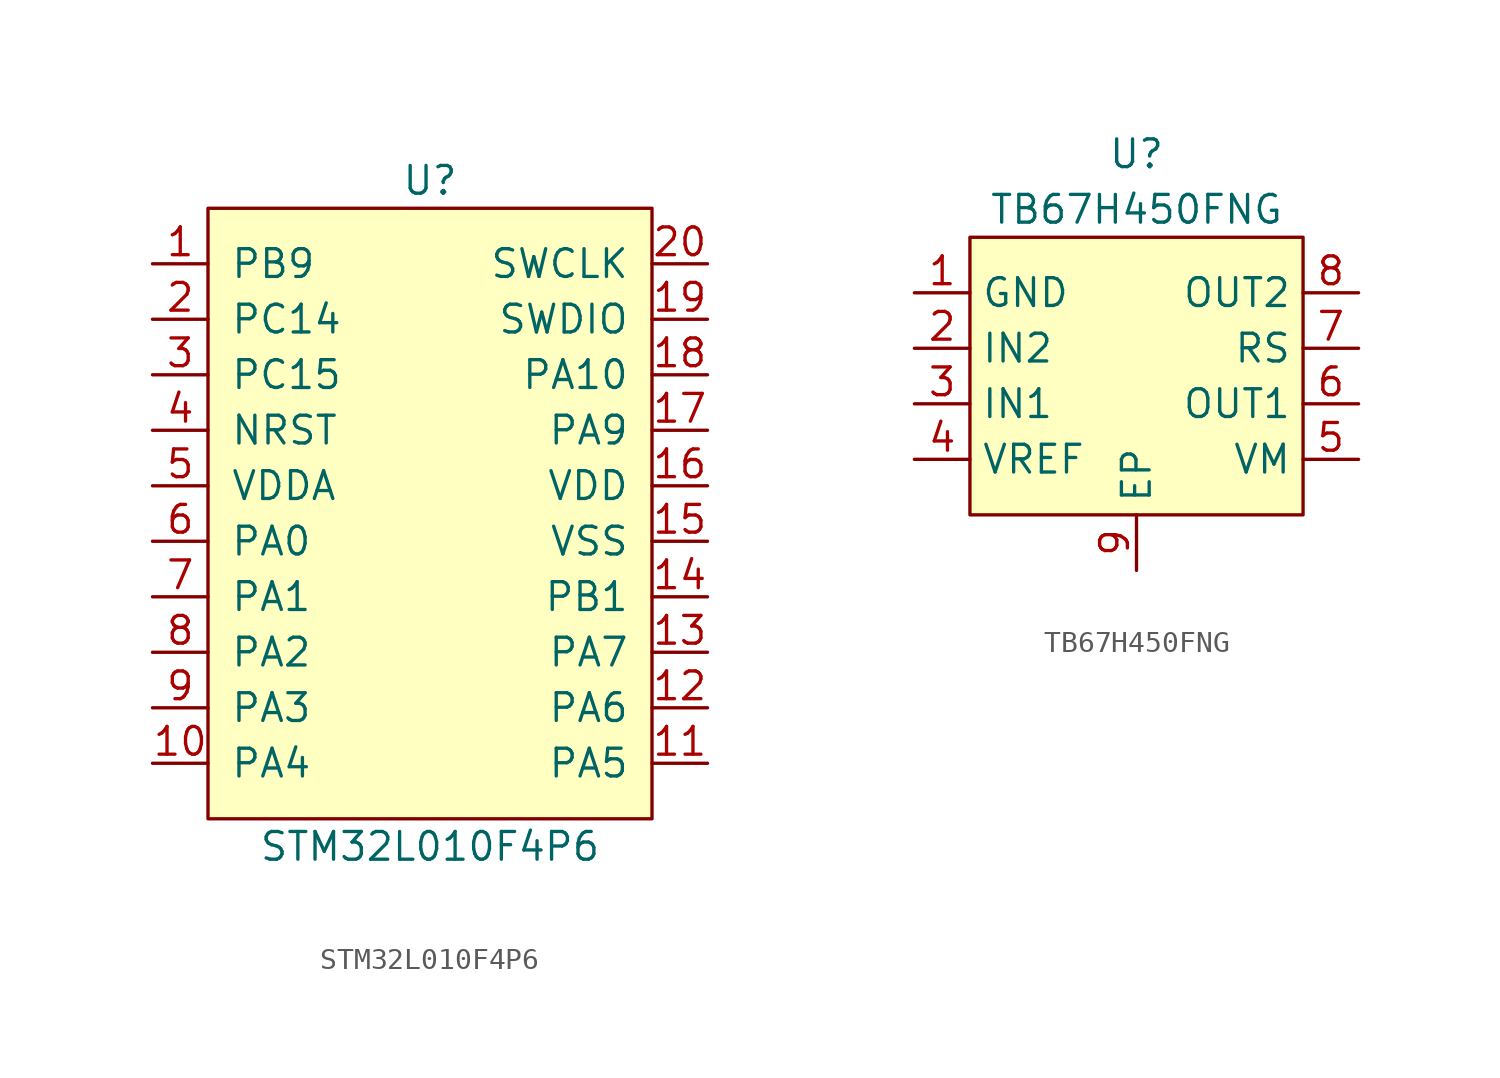
<source format=kicad_sym>
(kicad_symbol_lib
  (version 20211014)
  (generator kicad_symbol_editor)
  (symbol "STM32L010F4P6"
    (pin_names
      (offset 1.016))
    (property "Reference" "U"
      (at 0 16.51 0)
      (effects (font (size 1.27 1.27))))
    (property "Value" "STM32L010F4P6"
      (at 0 -13.97 0)
      (effects (font (size 1.27 1.27))))
    (symbol "STM32L010F4P6_0_1"
      (rectangle (start -10.16 15.24) (end 10.16 -12.7) (stroke (width 0) (type default) (color 0 0 0 0)) (fill (type background))))
    (symbol "STM32L010F4P6_1_1"
      (pin bidirectional line (at -12.7 12.7 0) (length 2.54) (name "PB9" (effects (font (size 1.27 1.27)))) (number "1" (effects (font (size 1.27 1.27)))))
      (pin bidirectional line (at -12.7 -10.16 0) (length 2.54) (name "PA4" (effects (font (size 1.27 1.27)))) (number "10" (effects (font (size 1.27 1.27)))))
      (pin bidirectional line (at 12.7 -10.16 180) (length 2.54) (name "PA5" (effects (font (size 1.27 1.27)))) (number "11" (effects (font (size 1.27 1.27)))))
      (pin bidirectional line (at 12.7 -7.62 180) (length 2.54) (name "PA6" (effects (font (size 1.27 1.27)))) (number "12" (effects (font (size 1.27 1.27)))))
      (pin bidirectional line (at 12.7 -5.08 180) (length 2.54) (name "PA7" (effects (font (size 1.27 1.27)))) (number "13" (effects (font (size 1.27 1.27)))))
      (pin bidirectional line (at 12.7 -2.54 180) (length 2.54) (name "PB1" (effects (font (size 1.27 1.27)))) (number "14" (effects (font (size 1.27 1.27)))))
      (pin power_in line (at 12.7 0 180) (length 2.54) (name "VSS" (effects (font (size 1.27 1.27)))) (number "15" (effects (font (size 1.27 1.27)))))
      (pin power_in line (at 12.7 2.54 180) (length 2.54) (name "VDD" (effects (font (size 1.27 1.27)))) (number "16" (effects (font (size 1.27 1.27)))))
      (pin bidirectional line (at 12.7 5.08 180) (length 2.54) (name "PA9" (effects (font (size 1.27 1.27)))) (number "17" (effects (font (size 1.27 1.27)))))
      (pin bidirectional line (at 12.7 7.62 180) (length 2.54) (name "PA10" (effects (font (size 1.27 1.27)))) (number "18" (effects (font (size 1.27 1.27)))))
      (pin bidirectional line (at 12.7 10.16 180) (length 2.54) (name "SWDIO" (effects (font (size 1.27 1.27)))) (number "19" (effects (font (size 1.27 1.27)))))
      (pin bidirectional line (at -12.7 10.16 0) (length 2.54) (name "PC14" (effects (font (size 1.27 1.27)))) (number "2" (effects (font (size 1.27 1.27)))))
      (pin bidirectional line (at 12.7 12.7 180) (length 2.54) (name "SWCLK" (effects (font (size 1.27 1.27)))) (number "20" (effects (font (size 1.27 1.27)))))
      (pin bidirectional line (at -12.7 7.62 0) (length 2.54) (name "PC15" (effects (font (size 1.27 1.27)))) (number "3" (effects (font (size 1.27 1.27)))))
      (pin bidirectional line (at -12.7 5.08 0) (length 2.54) (name "NRST" (effects (font (size 1.27 1.27)))) (number "4" (effects (font (size 1.27 1.27)))))
      (pin power_in line (at -12.7 2.54 0) (length 2.54) (name "VDDA" (effects (font (size 1.27 1.27)))) (number "5" (effects (font (size 1.27 1.27)))))
      (pin bidirectional line (at -12.7 0 0) (length 2.54) (name "PA0" (effects (font (size 1.27 1.27)))) (number "6" (effects (font (size 1.27 1.27)))))
      (pin bidirectional line (at -12.7 -2.54 0) (length 2.54) (name "PA1" (effects (font (size 1.27 1.27)))) (number "7" (effects (font (size 1.27 1.27)))))
      (pin bidirectional line (at -12.7 -5.08 0) (length 2.54) (name "PA2" (effects (font (size 1.27 1.27)))) (number "8" (effects (font (size 1.27 1.27)))))
      (pin bidirectional line (at -12.7 -7.62 0) (length 2.54) (name "PA3" (effects (font (size 1.27 1.27)))) (number "9" (effects (font (size 1.27 1.27)))))))
  (symbol "TB67H450FNG"
    (property "Reference" "U"
      (at 0 10.16 0)
      (effects (font (size 1.27 1.27))))
    (property "Value" "TB67H450FNG"
      (at 0 7.62 0)
      (effects (font (size 1.27 1.27))))
    (symbol "TB67H450FNG_0_1"
      (rectangle (start -7.62 6.35) (end 7.62 -6.35) (stroke (width 0) (type default) (color 0 0 0 0)) (fill (type background))))
    (symbol "TB67H450FNG_1_1"
      (pin power_in line (at -10.16 3.81 0) (length 2.54) (name "GND" (effects (font (size 1.27 1.27)))) (number "1" (effects (font (size 1.27 1.27)))))
      (pin input line (at -10.16 1.27 0) (length 2.54) (name "IN2" (effects (font (size 1.27 1.27)))) (number "2" (effects (font (size 1.27 1.27)))))
      (pin input line (at -10.16 -1.27 0) (length 2.54) (name "IN1" (effects (font (size 1.27 1.27)))) (number "3" (effects (font (size 1.27 1.27)))))
      (pin input line (at -10.16 -3.81 0) (length 2.54) (name "VREF" (effects (font (size 1.27 1.27)))) (number "4" (effects (font (size 1.27 1.27)))))
      (pin power_in line (at 10.16 -3.81 180) (length 2.54) (name "VM" (effects (font (size 1.27 1.27)))) (number "5" (effects (font (size 1.27 1.27)))))
      (pin output line (at 10.16 -1.27 180) (length 2.54) (name "OUT1" (effects (font (size 1.27 1.27)))) (number "6" (effects (font (size 1.27 1.27)))))
      (pin input line (at 10.16 1.27 180) (length 2.54) (name "RS" (effects (font (size 1.27 1.27)))) (number "7" (effects (font (size 1.27 1.27)))))
      (pin output line (at 10.16 3.81 180) (length 2.54) (name "OUT2" (effects (font (size 1.27 1.27)))) (number "8" (effects (font (size 1.27 1.27)))))
      (pin power_in line (at 0 -8.89 90) (length 2.54) (name "EP" (effects (font (size 1.27 1.27)))) (number "9" (effects (font (size 1.27 1.27))))))))
</source>
